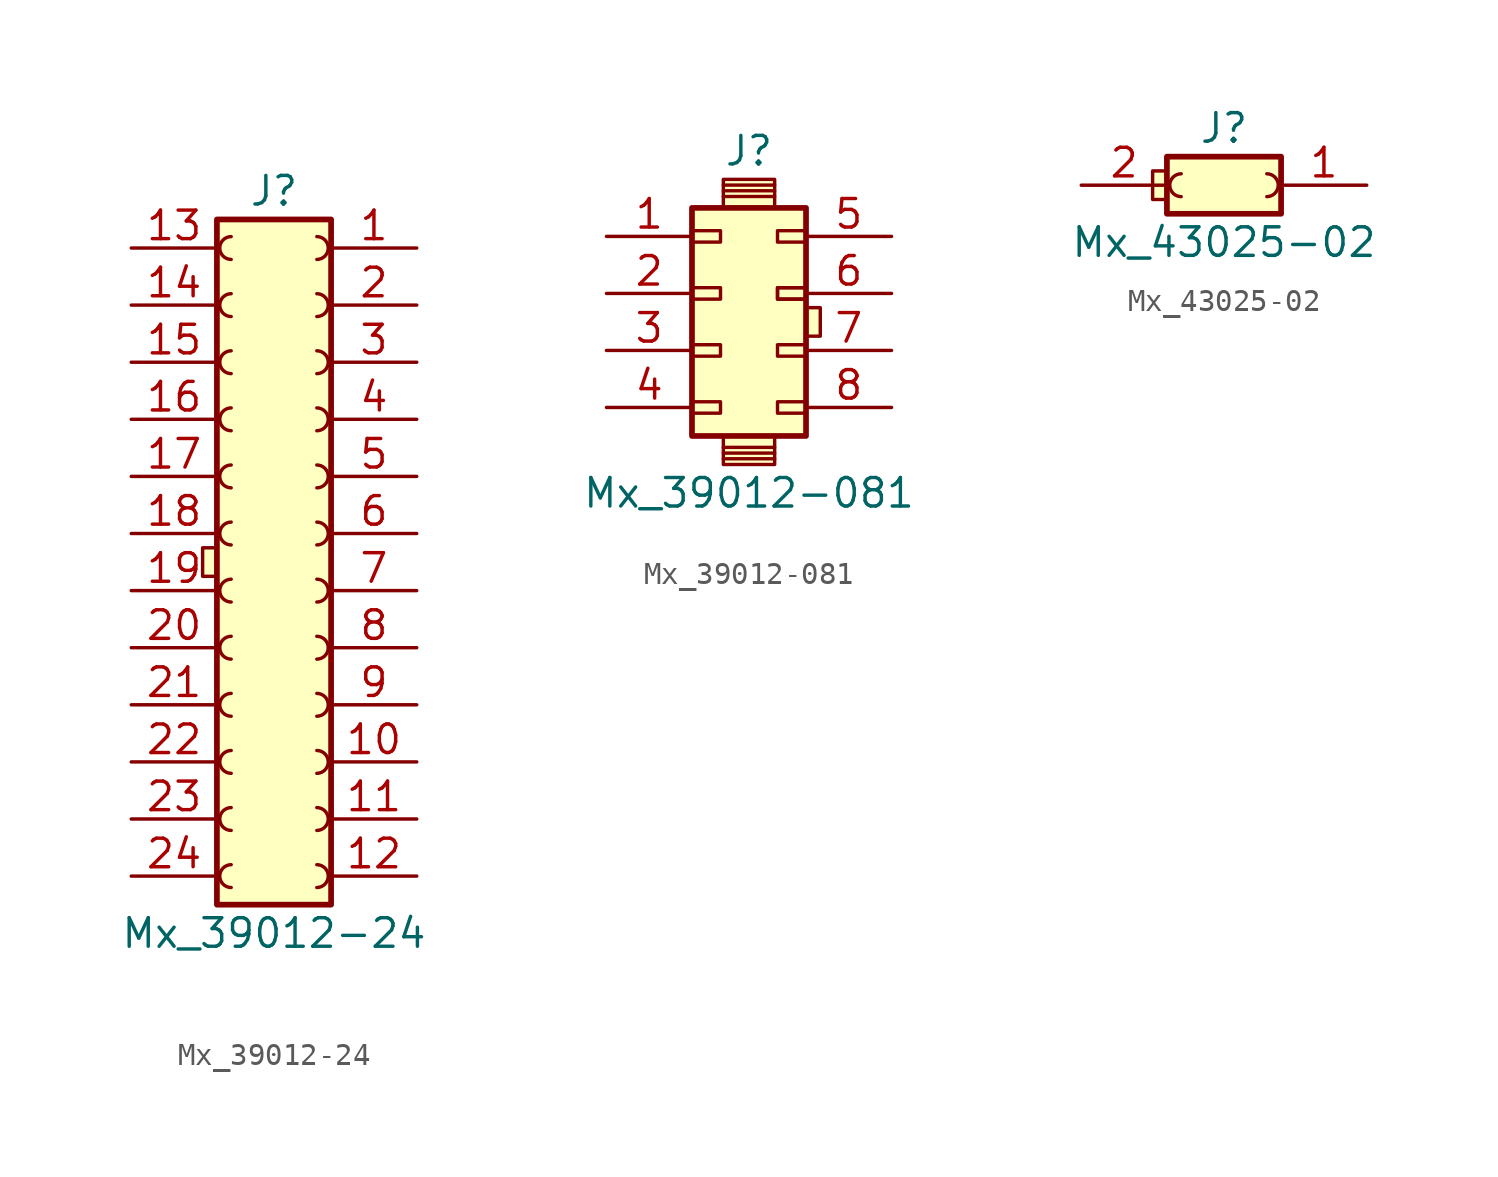
<source format=kicad_sym>
(kicad_symbol_lib
  (version 20211014)
  (generator kicad_symbol_editor)
  (symbol "Mx_39012-24"
    (pin_names
      (offset 1.016) hide)
    (property "Reference" "J"
      (at 0 16.51 0)
      (effects (font (size 1.27 1.27))))
    (property "Value" "Mx_39012-24"
      (at 0 -16.51 0)
      (effects (font (size 1.27 1.27))))
    (symbol "Mx_39012-24_0_1"
      (rectangle (start -3.175 0.635) (end -2.54 -0.635) (stroke (width 0) (type default) (color 0 0 0 0)) (fill (type background))))
    (symbol "Mx_39012-24_1_1"
      (arc (start -1.905 -13.462) (mid -2.413 -13.97) (end -1.905 -14.478) (stroke (width 0) (type default) (color 0 0 0 0)) (fill (type none)))
      (arc (start -1.905 -10.922) (mid -2.413 -11.43) (end -1.905 -11.938) (stroke (width 0) (type default) (color 0 0 0 0)) (fill (type none)))
      (arc (start -1.905 -8.382) (mid -2.413 -8.89) (end -1.905 -9.398) (stroke (width 0) (type default) (color 0 0 0 0)) (fill (type none)))
      (arc (start -1.905 -5.842) (mid -2.413 -6.35) (end -1.905 -6.858) (stroke (width 0) (type default) (color 0 0 0 0)) (fill (type none)))
      (arc (start -1.905 -3.302) (mid -2.413 -3.81) (end -1.905 -4.318) (stroke (width 0) (type default) (color 0 0 0 0)) (fill (type none)))
      (arc (start -1.905 -0.762) (mid -2.413 -1.27) (end -1.905 -1.778) (stroke (width 0) (type default) (color 0 0 0 0)) (fill (type none)))
      (arc (start -1.905 1.778) (mid -2.413 1.27) (end -1.905 0.762) (stroke (width 0) (type default) (color 0 0 0 0)) (fill (type none)))
      (arc (start -1.905 4.318) (mid -2.413 3.81) (end -1.905 3.302) (stroke (width 0) (type default) (color 0 0 0 0)) (fill (type none)))
      (arc (start -1.905 6.858) (mid -2.413 6.35) (end -1.905 5.842) (stroke (width 0) (type default) (color 0 0 0 0)) (fill (type none)))
      (arc (start -1.905 9.398) (mid -2.413 8.89) (end -1.905 8.382) (stroke (width 0) (type default) (color 0 0 0 0)) (fill (type none)))
      (arc (start -1.905 11.938) (mid -2.413 11.43) (end -1.905 10.922) (stroke (width 0) (type default) (color 0 0 0 0)) (fill (type none)))
      (arc (start -1.905 14.478) (mid -2.413 13.97) (end -1.905 13.462) (stroke (width 0) (type default) (color 0 0 0 0)) (fill (type none)))
      (arc (start 1.905 -14.478) (mid 2.413 -13.97) (end 1.905 -13.462) (stroke (width 0) (type default) (color 0 0 0 0)) (fill (type none)))
      (arc (start 1.905 -11.938) (mid 2.413 -11.43) (end 1.905 -10.922) (stroke (width 0) (type default) (color 0 0 0 0)) (fill (type none)))
      (arc (start 1.905 -9.398) (mid 2.413 -8.89) (end 1.905 -8.382) (stroke (width 0) (type default) (color 0 0 0 0)) (fill (type none)))
      (arc (start 1.905 -6.858) (mid 2.413 -6.35) (end 1.905 -5.842) (stroke (width 0) (type default) (color 0 0 0 0)) (fill (type none)))
      (arc (start 1.905 -4.318) (mid 2.413 -3.81) (end 1.905 -3.302) (stroke (width 0) (type default) (color 0 0 0 0)) (fill (type none)))
      (arc (start 1.905 -1.778) (mid 2.413 -1.27) (end 1.905 -0.762) (stroke (width 0) (type default) (color 0 0 0 0)) (fill (type none)))
      (arc (start 1.905 0.762) (mid 2.413 1.27) (end 1.905 1.778) (stroke (width 0) (type default) (color 0 0 0 0)) (fill (type none)))
      (arc (start 1.905 3.302) (mid 2.413 3.81) (end 1.905 4.318) (stroke (width 0) (type default) (color 0 0 0 0)) (fill (type none)))
      (arc (start 1.905 5.842) (mid 2.413 6.35) (end 1.905 6.858) (stroke (width 0) (type default) (color 0 0 0 0)) (fill (type none)))
      (arc (start 1.905 8.382) (mid 2.413 8.89) (end 1.905 9.398) (stroke (width 0) (type default) (color 0 0 0 0)) (fill (type none)))
      (arc (start 1.905 10.922) (mid 2.413 11.43) (end 1.905 11.938) (stroke (width 0) (type default) (color 0 0 0 0)) (fill (type none)))
      (arc (start 1.905 13.462) (mid 2.413 13.97) (end 1.905 14.478) (stroke (width 0) (type default) (color 0 0 0 0)) (fill (type none)))
      (rectangle (start 2.54 15.24) (end -2.54 -15.24) (stroke (width 0.254) (type default) (color 0 0 0 0)) (fill (type background)))
      (pin passive line (at 6.35 13.97 180) (length 3.81) (name "~" (effects (font (size 1.27 1.27)))) (number "1" (effects (font (size 1.27 1.27)))))
      (pin passive line (at 6.35 -8.89 180) (length 3.81) (name "~" (effects (font (size 1.27 1.27)))) (number "10" (effects (font (size 1.27 1.27)))))
      (pin passive line (at 6.35 -11.43 180) (length 3.81) (name "~" (effects (font (size 1.27 1.27)))) (number "11" (effects (font (size 1.27 1.27)))))
      (pin passive line (at 6.35 -13.97 180) (length 3.81) (name "~" (effects (font (size 1.27 1.27)))) (number "12" (effects (font (size 1.27 1.27)))))
      (pin passive line (at -6.35 13.97 0) (length 3.81) (name "~" (effects (font (size 1.27 1.27)))) (number "13" (effects (font (size 1.27 1.27)))))
      (pin passive line (at -6.35 11.43 0) (length 3.81) (name "~" (effects (font (size 1.27 1.27)))) (number "14" (effects (font (size 1.27 1.27)))))
      (pin passive line (at -6.35 8.89 0) (length 3.81) (name "~" (effects (font (size 1.27 1.27)))) (number "15" (effects (font (size 1.27 1.27)))))
      (pin passive line (at -6.35 6.35 0) (length 3.81) (name "~" (effects (font (size 1.27 1.27)))) (number "16" (effects (font (size 1.27 1.27)))))
      (pin passive line (at -6.35 3.81 0) (length 3.81) (name "~" (effects (font (size 1.27 1.27)))) (number "17" (effects (font (size 1.27 1.27)))))
      (pin passive line (at -6.35 1.27 0) (length 3.81) (name "~" (effects (font (size 1.27 1.27)))) (number "18" (effects (font (size 1.27 1.27)))))
      (pin passive line (at -6.35 -1.27 0) (length 3.81) (name "~" (effects (font (size 1.27 1.27)))) (number "19" (effects (font (size 1.27 1.27)))))
      (pin passive line (at 6.35 11.43 180) (length 3.81) (name "~" (effects (font (size 1.27 1.27)))) (number "2" (effects (font (size 1.27 1.27)))))
      (pin passive line (at -6.35 -3.81 0) (length 3.81) (name "~" (effects (font (size 1.27 1.27)))) (number "20" (effects (font (size 1.27 1.27)))))
      (pin passive line (at -6.35 -6.35 0) (length 3.81) (name "~" (effects (font (size 1.27 1.27)))) (number "21" (effects (font (size 1.27 1.27)))))
      (pin passive line (at -6.35 -8.89 0) (length 3.81) (name "~" (effects (font (size 1.27 1.27)))) (number "22" (effects (font (size 1.27 1.27)))))
      (pin passive line (at -6.35 -11.43 0) (length 3.81) (name "~" (effects (font (size 1.27 1.27)))) (number "23" (effects (font (size 1.27 1.27)))))
      (pin passive line (at -6.35 -13.97 0) (length 3.81) (name "~" (effects (font (size 1.27 1.27)))) (number "24" (effects (font (size 1.27 1.27)))))
      (pin passive line (at 6.35 8.89 180) (length 3.81) (name "~" (effects (font (size 1.27 1.27)))) (number "3" (effects (font (size 1.27 1.27)))))
      (pin passive line (at 6.35 6.35 180) (length 3.81) (name "~" (effects (font (size 1.27 1.27)))) (number "4" (effects (font (size 1.27 1.27)))))
      (pin passive line (at 6.35 3.81 180) (length 3.81) (name "~" (effects (font (size 1.27 1.27)))) (number "5" (effects (font (size 1.27 1.27)))))
      (pin passive line (at 6.35 1.27 180) (length 3.81) (name "~" (effects (font (size 1.27 1.27)))) (number "6" (effects (font (size 1.27 1.27)))))
      (pin passive line (at 6.35 -1.27 180) (length 3.81) (name "~" (effects (font (size 1.27 1.27)))) (number "7" (effects (font (size 1.27 1.27)))))
      (pin passive line (at 6.35 -3.81 180) (length 3.81) (name "~" (effects (font (size 1.27 1.27)))) (number "8" (effects (font (size 1.27 1.27)))))
      (pin passive line (at 6.35 -6.35 180) (length 3.81) (name "~" (effects (font (size 1.27 1.27)))) (number "9" (effects (font (size 1.27 1.27)))))))
  (symbol "Mx_39012-081"
    (pin_names
      (offset 1.016) hide)
    (property "Reference" "J"
      (at 0 7.62 0)
      (effects (font (size 1.27 1.27))))
    (property "Value" "Mx_39012-081"
      (at 0 -7.62 0)
      (effects (font (size 1.27 1.27))))
    (symbol "Mx_39012-081_0_1"
      (rectangle (start -1.143 5.08) (end 1.143 6.35) (stroke (width 0) (type default) (color 0 0 0 0)) (fill (type background)))
      (polyline (pts (xy -1.143 5.588) (xy 1.143 5.588)) (stroke (width 0) (type default) (color 0 0 0 0)) (fill (type none)))
      (polyline (pts (xy -1.143 5.842) (xy 1.143 5.842)) (stroke (width 0) (type default) (color 0 0 0 0)) (fill (type none)))
      (polyline (pts (xy -1.143 6.096) (xy 1.143 6.096)) (stroke (width 0) (type default) (color 0 0 0 0)) (fill (type none)))
      (rectangle (start 3.175 0.635) (end 2.54 -0.635) (stroke (width 0) (type default) (color 0 0 0 0)) (fill (type background))))
    (symbol "Mx_39012-081_1_1"
      (rectangle (start -2.54 -3.556) (end -1.27 -4.064) (stroke (width 0) (type default) (color 0 0 0 0)) (fill (type none)))
      (rectangle (start -2.54 -1.016) (end -1.27 -1.524) (stroke (width 0) (type default) (color 0 0 0 0)) (fill (type none)))
      (rectangle (start -2.54 1.524) (end -1.27 1.016) (stroke (width 0) (type default) (color 0 0 0 0)) (fill (type none)))
      (rectangle (start -2.54 4.064) (end -1.27 3.556) (stroke (width 0) (type default) (color 0 0 0 0)) (fill (type none)))
      (rectangle (start -2.54 5.08) (end 2.54 -5.08) (stroke (width 0.254) (type default) (color 0 0 0 0)) (fill (type background)))
      (polyline (pts (xy 1.143 -6.096) (xy -1.143 -6.096)) (stroke (width 0) (type default) (color 0 0 0 0)) (fill (type none)))
      (polyline (pts (xy 1.143 -5.842) (xy -1.143 -5.842)) (stroke (width 0) (type default) (color 0 0 0 0)) (fill (type none)))
      (polyline (pts (xy 1.143 -5.588) (xy -1.143 -5.588)) (stroke (width 0) (type default) (color 0 0 0 0)) (fill (type none)))
      (rectangle (start 1.143 -5.08) (end -1.143 -6.35) (stroke (width 0) (type default) (color 0 0 0 0)) (fill (type background)))
      (rectangle (start 1.27 -3.556) (end 2.54 -4.064) (stroke (width 0) (type default) (color 0 0 0 0)) (fill (type none)))
      (rectangle (start 1.27 -1.016) (end 2.54 -1.524) (stroke (width 0) (type default) (color 0 0 0 0)) (fill (type none)))
      (rectangle (start 1.27 1.524) (end 2.54 1.016) (stroke (width 0) (type default) (color 0 0 0 0)) (fill (type none)))
      (rectangle (start 1.27 1.524) (end 2.54 1.016) (stroke (width 0) (type default) (color 0 0 0 0)) (fill (type none)))
      (rectangle (start 1.27 4.064) (end 2.54 3.556) (stroke (width 0) (type default) (color 0 0 0 0)) (fill (type none)))
      (pin passive line (at -6.35 3.81 0) (length 3.81) (name "Pin_1" (effects (font (size 1.27 1.27)))) (number "1" (effects (font (size 1.27 1.27)))))
      (pin passive line (at -6.35 1.27 0) (length 3.81) (name "Pin_2" (effects (font (size 1.27 1.27)))) (number "2" (effects (font (size 1.27 1.27)))))
      (pin passive line (at -6.35 -1.27 0) (length 3.81) (name "Pin_3" (effects (font (size 1.27 1.27)))) (number "3" (effects (font (size 1.27 1.27)))))
      (pin passive line (at -6.35 -3.81 0) (length 3.81) (name "Pin_4" (effects (font (size 1.27 1.27)))) (number "4" (effects (font (size 1.27 1.27)))))
      (pin passive line (at 6.35 3.81 180) (length 3.81) (name "Pin_5" (effects (font (size 1.27 1.27)))) (number "5" (effects (font (size 1.27 1.27)))))
      (pin passive line (at 6.35 1.27 180) (length 3.81) (name "Pin_6" (effects (font (size 1.27 1.27)))) (number "6" (effects (font (size 1.27 1.27)))))
      (pin passive line (at 6.35 -1.27 180) (length 3.81) (name "Pin_7" (effects (font (size 1.27 1.27)))) (number "7" (effects (font (size 1.27 1.27)))))
      (pin passive line (at 6.35 -3.81 180) (length 3.81) (name "Pin_8" (effects (font (size 1.27 1.27)))) (number "8" (effects (font (size 1.27 1.27)))))))
  (symbol "Mx_43025-02"
    (pin_names
      (offset 1.016) hide)
    (property "Reference" "J"
      (at 0 2.54 0)
      (effects (font (size 1.27 1.27))))
    (property "Value" "Mx_43025-02"
      (at 0 -2.54 0)
      (effects (font (size 1.27 1.27))))
    (symbol "Mx_43025-02_0_1"
      (rectangle (start -2.54 0.635) (end -3.175 -0.635) (stroke (width 0) (type default) (color 0 0 0 0)) (fill (type background))))
    (symbol "Mx_43025-02_1_1"
      (arc (start -1.905 0.508) (mid -2.413 0) (end -1.905 -0.508) (stroke (width 0) (type default) (color 0 0 0 0)) (fill (type none)))
      (arc (start 1.905 -0.508) (mid 2.413 0) (end 1.905 0.508) (stroke (width 0) (type default) (color 0 0 0 0)) (fill (type none)))
      (rectangle (start 2.54 1.27) (end -2.54 -1.27) (stroke (width 0.254) (type default) (color 0 0 0 0)) (fill (type background)))
      (pin passive line (at 6.35 0 180) (length 3.81) (name "Pin_1" (effects (font (size 1.27 1.27)))) (number "1" (effects (font (size 1.27 1.27)))))
      (pin passive line (at -6.35 0 0) (length 3.81) (name "Pin_2" (effects (font (size 1.27 1.27)))) (number "2" (effects (font (size 1.27 1.27))))))))
</source>
